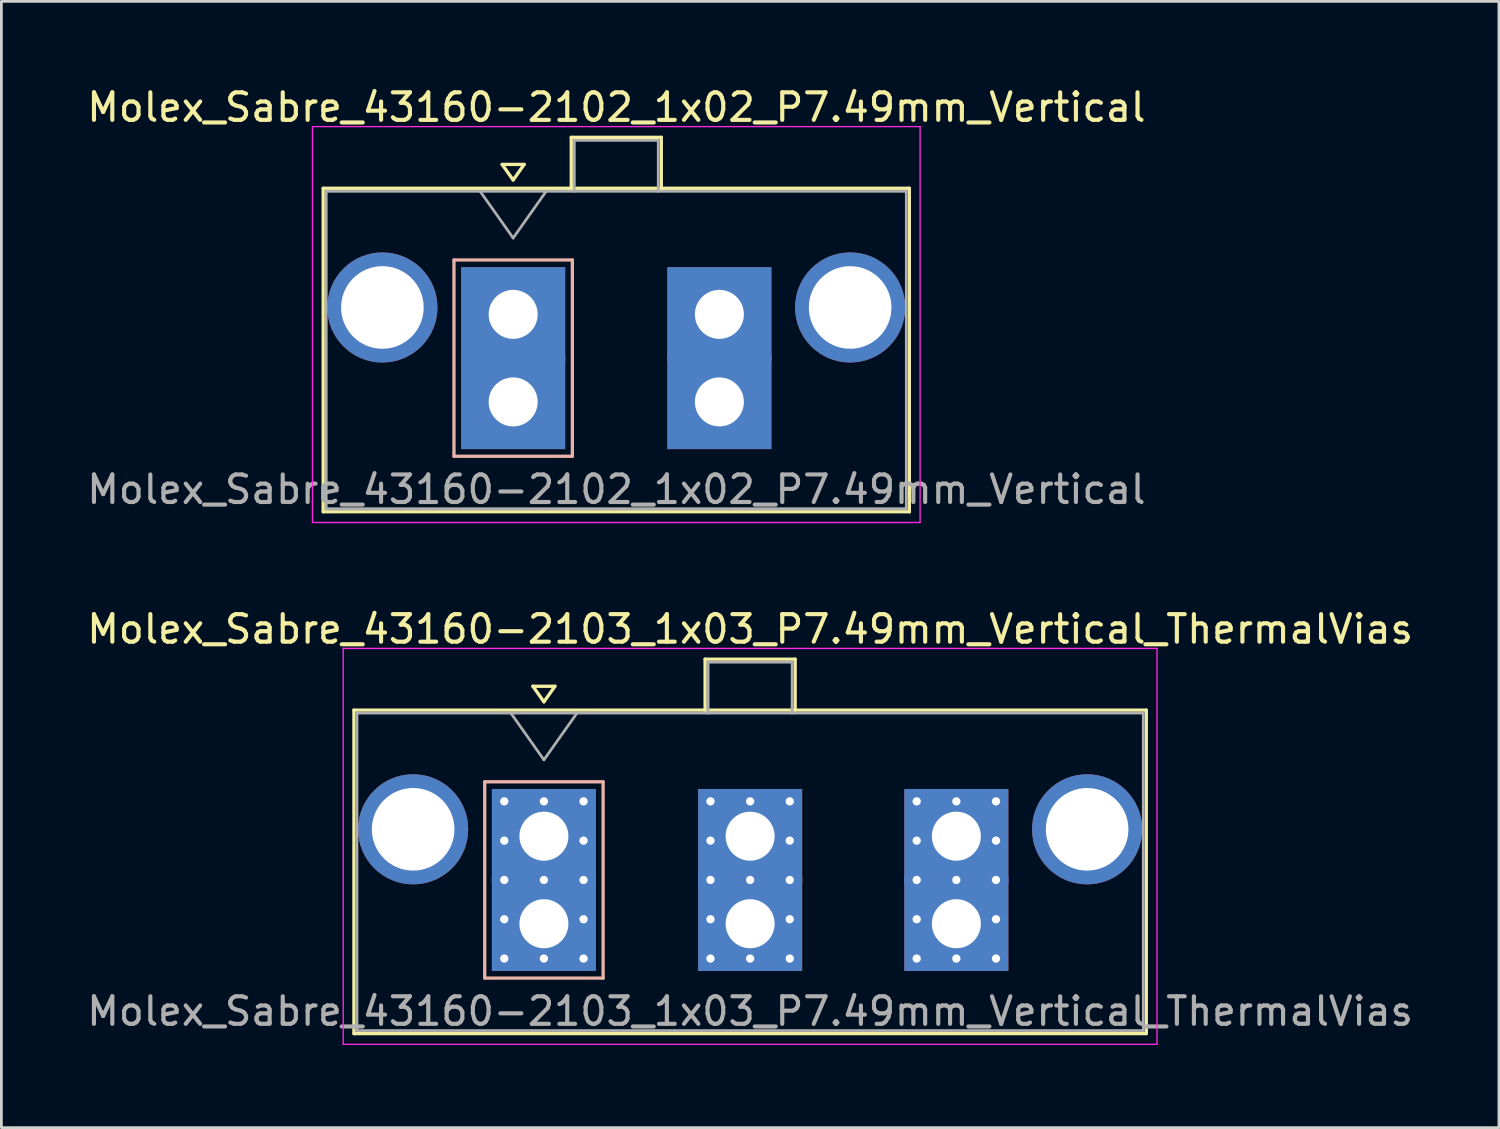
<source format=kicad_pcb>
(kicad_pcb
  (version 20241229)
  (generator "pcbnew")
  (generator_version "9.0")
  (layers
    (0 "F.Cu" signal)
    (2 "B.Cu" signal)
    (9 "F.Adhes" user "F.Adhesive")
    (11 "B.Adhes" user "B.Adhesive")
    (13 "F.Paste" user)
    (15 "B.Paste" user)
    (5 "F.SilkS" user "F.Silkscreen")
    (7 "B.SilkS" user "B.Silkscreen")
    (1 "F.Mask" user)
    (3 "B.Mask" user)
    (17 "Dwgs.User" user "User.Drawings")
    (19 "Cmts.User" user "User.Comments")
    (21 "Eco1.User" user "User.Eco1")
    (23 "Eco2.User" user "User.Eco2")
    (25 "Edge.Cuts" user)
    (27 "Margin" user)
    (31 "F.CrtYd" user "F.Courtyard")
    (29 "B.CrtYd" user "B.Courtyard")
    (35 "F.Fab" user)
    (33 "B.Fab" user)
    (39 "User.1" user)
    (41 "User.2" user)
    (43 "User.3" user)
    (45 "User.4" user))
  (footprint "Molex_Sabre_43160-2103_1x03_P7.49mm_Vertical_ThermalVias"
    (layer "F.Cu")
    (at 16.706 30.502)
    (property "Reference" "Molex_Sabre_43160-2103_1x03_P7.49mm_Vertical_ThermalVias" (at 7.49 -10.7 0) (layer "F.SilkS") (effects (font (size 1 1) (thickness 0.15))))
    (attr through_hole)
    (fp_line (start -6.9 -7.76) (end -6.9 3.99) (stroke (width 0.12) (type solid)) (layer "F.SilkS"))
    (fp_line (start -6.9 3.99) (end 21.88 3.99) (stroke (width 0.12) (type solid)) (layer "F.SilkS"))
    (fp_line (start -0.4 -8.626) (end 0 -8.06) (stroke (width 0.12) (type solid)) (layer "F.SilkS"))
    (fp_line (start 0 -8.06) (end 0.4 -8.626) (stroke (width 0.12) (type solid)) (layer "F.SilkS"))
    (fp_line (start 0.4 -8.626) (end -0.4 -8.626) (stroke (width 0.12) (type solid)) (layer "F.SilkS"))
    (fp_line (start 5.855 -9.61) (end 9.125 -9.61) (stroke (width 0.12) (type solid)) (layer "F.SilkS"))
    (fp_line (start 5.855 -7.76) (end 5.855 -9.61) (stroke (width 0.12) (type solid)) (layer "F.SilkS"))
    (fp_line (start 9.125 -9.61) (end 9.125 -7.76) (stroke (width 0.12) (type solid)) (layer "F.SilkS"))
    (fp_line (start 21.88 -7.76) (end -6.9 -7.76) (stroke (width 0.12) (type solid)) (layer "F.SilkS"))
    (fp_line (start 21.88 3.99) (end 21.88 -7.76) (stroke (width 0.12) (type solid)) (layer "F.SilkS"))
    (fp_line (start -2.15 -5.155) (end -2.15 1.975) (stroke (width 0.12) (type solid)) (layer "B.SilkS"))
    (fp_line (start -2.15 1.975) (end 2.15 1.975) (stroke (width 0.12) (type solid)) (layer "B.SilkS"))
    (fp_line (start 2.15 -5.155) (end -2.15 -5.155) (stroke (width 0.12) (type solid)) (layer "B.SilkS"))
    (fp_line (start 2.15 1.975) (end 2.15 -5.155) (stroke (width 0.12) (type solid)) (layer "B.SilkS"))
    (fp_line (start -7.29 -10) (end -7.29 4.38) (stroke (width 0.05) (type solid)) (layer "F.CrtYd"))
    (fp_line (start -7.29 4.38) (end 22.27 4.38) (stroke (width 0.05) (type solid)) (layer "F.CrtYd"))
    (fp_line (start 22.27 -10) (end -7.29 -10) (stroke (width 0.05) (type solid)) (layer "F.CrtYd"))
    (fp_line (start 22.27 4.38) (end 22.27 -10) (stroke (width 0.05) (type solid)) (layer "F.CrtYd"))
    (fp_line (start -6.79 -7.65) (end -6.79 3.88) (stroke (width 0.1) (type solid)) (layer "F.Fab"))
    (fp_line (start -6.79 3.88) (end 21.77 3.88) (stroke (width 0.1) (type solid)) (layer "F.Fab"))
    (fp_line (start -1.2 -7.65) (end 0 -5.953) (stroke (width 0.1) (type solid)) (layer "F.Fab"))
    (fp_line (start 0 -5.953) (end 1.2 -7.65) (stroke (width 0.1) (type solid)) (layer "F.Fab"))
    (fp_line (start 5.965 -9.5) (end 9.015 -9.5) (stroke (width 0.1) (type solid)) (layer "F.Fab"))
    (fp_line (start 5.965 -7.65) (end 5.965 -9.5) (stroke (width 0.1) (type solid)) (layer "F.Fab"))
    (fp_line (start 9.015 -9.5) (end 9.015 -7.65) (stroke (width 0.1) (type solid)) (layer "F.Fab"))
    (fp_line (start 21.77 -7.65) (end -6.79 -7.65) (stroke (width 0.1) (type solid)) (layer "F.Fab"))
    (fp_line (start 21.77 3.88) (end 21.77 -7.65) (stroke (width 0.1) (type solid)) (layer "F.Fab"))
    (fp_text user "${REFERENCE}" (at 7.49 3.18 0) (layer "F.Fab") (effects (font (size 1 1) (thickness 0.15))))
    (pad "" thru_hole circle (at -4.75 -3.43) (size 4 4) (drill 3) (layers "*.Cu" "*.Mask"))
    (pad "" thru_hole circle (at 19.73 -3.43) (size 4 4) (drill 3) (layers "*.Cu" "*.Mask"))
    (pad "1" thru_hole rect (at -1.44 -4.445) (size 0.6 0.6) (drill 0.3) (layers "*.Cu" "*.Mask"))
    (pad "1" thru_hole rect (at -1.44 -3.018) (size 0.6 0.6) (drill 0.3) (layers "*.Cu" "*.Mask"))
    (pad "1" thru_hole rect (at -1.44 -1.59) (size 0.6 0.6) (drill 0.3) (layers "*.Cu" "*.Mask"))
    (pad "1" thru_hole rect (at -1.44 -0.163) (size 0.6 0.6) (drill 0.3) (layers "*.Cu" "*.Mask"))
    (pad "1" thru_hole rect (at -1.44 1.265) (size 0.6 0.6) (drill 0.3) (layers "*.Cu" "*.Mask"))
    (pad "1" thru_hole rect (at 0 -4.445) (size 0.6 0.6) (drill 0.3) (layers "*.Cu" "*.Mask"))
    (pad "1" thru_hole rect (at 0 -3.18) (size 3.78 3.43) (drill 1.78) (layers "*.Cu" "*.Mask"))
    (pad "1" thru_hole rect (at 0 -1.59) (size 0.6 0.6) (drill 0.3) (layers "*.Cu" "*.Mask"))
    (pad "1" thru_hole rect (at 0 0) (size 3.78 3.43) (drill 1.78) (layers "*.Cu" "*.Mask"))
    (pad "1" thru_hole rect (at 0 1.265) (size 0.6 0.6) (drill 0.3) (layers "*.Cu" "*.Mask"))
    (pad "1" thru_hole rect (at 1.44 -4.445) (size 0.6 0.6) (drill 0.3) (layers "*.Cu" "*.Mask"))
    (pad "1" thru_hole rect (at 1.44 -3.018) (size 0.6 0.6) (drill 0.3) (layers "*.Cu" "*.Mask"))
    (pad "1" thru_hole rect (at 1.44 -1.59) (size 0.6 0.6) (drill 0.3) (layers "*.Cu" "*.Mask"))
    (pad "1" thru_hole rect (at 1.44 -0.163) (size 0.6 0.6) (drill 0.3) (layers "*.Cu" "*.Mask"))
    (pad "1" thru_hole rect (at 1.44 1.265) (size 0.6 0.6) (drill 0.3) (layers "*.Cu" "*.Mask"))
    (pad "2" thru_hole circle (at 6.05 -4.445) (size 0.6 0.6) (drill 0.3) (layers "*.Cu" "*.Mask"))
    (pad "2" thru_hole circle (at 6.05 -3.018) (size 0.6 0.6) (drill 0.3) (layers "*.Cu" "*.Mask"))
    (pad "2" thru_hole circle (at 6.05 -1.59) (size 0.6 0.6) (drill 0.3) (layers "*.Cu" "*.Mask"))
    (pad "2" thru_hole circle (at 6.05 -0.163) (size 0.6 0.6) (drill 0.3) (layers "*.Cu" "*.Mask"))
    (pad "2" thru_hole circle (at 6.05 1.265) (size 0.6 0.6) (drill 0.3) (layers "*.Cu" "*.Mask"))
    (pad "2" thru_hole circle (at 7.49 -4.445) (size 0.6 0.6) (drill 0.3) (layers "*.Cu" "*.Mask"))
    (pad "2" thru_hole rect (at 7.49 -3.18) (size 3.78 3.43) (drill 1.78) (layers "*.Cu" "*.Mask"))
    (pad "2" thru_hole circle (at 7.49 -1.59) (size 0.6 0.6) (drill 0.3) (layers "*.Cu" "*.Mask"))
    (pad "2" thru_hole rect (at 7.49 0) (size 3.78 3.43) (drill 1.78) (layers "*.Cu" "*.Mask"))
    (pad "2" thru_hole circle (at 7.49 1.265) (size 0.6 0.6) (drill 0.3) (layers "*.Cu" "*.Mask"))
    (pad "2" thru_hole circle (at 8.93 -4.445) (size 0.6 0.6) (drill 0.3) (layers "*.Cu" "*.Mask"))
    (pad "2" thru_hole circle (at 8.93 -3.018) (size 0.6 0.6) (drill 0.3) (layers "*.Cu" "*.Mask"))
    (pad "2" thru_hole circle (at 8.93 -1.59) (size 0.6 0.6) (drill 0.3) (layers "*.Cu" "*.Mask"))
    (pad "2" thru_hole circle (at 8.93 -0.163) (size 0.6 0.6) (drill 0.3) (layers "*.Cu" "*.Mask"))
    (pad "2" thru_hole circle (at 8.93 1.265) (size 0.6 0.6) (drill 0.3) (layers "*.Cu" "*.Mask"))
    (pad "3" thru_hole circle (at 13.54 -4.445) (size 0.6 0.6) (drill 0.3) (layers "*.Cu" "*.Mask"))
    (pad "3" thru_hole circle (at 13.54 -3.018) (size 0.6 0.6) (drill 0.3) (layers "*.Cu" "*.Mask"))
    (pad "3" thru_hole circle (at 13.54 -1.59) (size 0.6 0.6) (drill 0.3) (layers "*.Cu" "*.Mask"))
    (pad "3" thru_hole circle (at 13.54 -0.163) (size 0.6 0.6) (drill 0.3) (layers "*.Cu" "*.Mask"))
    (pad "3" thru_hole circle (at 13.54 1.265) (size 0.6 0.6) (drill 0.3) (layers "*.Cu" "*.Mask"))
    (pad "3" thru_hole circle (at 14.98 -4.445) (size 0.6 0.6) (drill 0.3) (layers "*.Cu" "*.Mask"))
    (pad "3" thru_hole rect (at 14.98 -3.18) (size 3.78 3.43) (drill 1.78) (layers "*.Cu" "*.Mask"))
    (pad "3" thru_hole circle (at 14.98 -1.59) (size 0.6 0.6) (drill 0.3) (layers "*.Cu" "*.Mask"))
    (pad "3" thru_hole rect (at 14.98 0) (size 3.78 3.43) (drill 1.78) (layers "*.Cu" "*.Mask"))
    (pad "3" thru_hole circle (at 14.98 1.265) (size 0.6 0.6) (drill 0.3) (layers "*.Cu" "*.Mask"))
    (pad "3" thru_hole circle (at 16.42 -4.445) (size 0.6 0.6) (drill 0.3) (layers "*.Cu" "*.Mask"))
    (pad "3" thru_hole circle (at 16.42 -3.018) (size 0.6 0.6) (drill 0.3) (layers "*.Cu" "*.Mask"))
    (pad "3" thru_hole circle (at 16.42 -1.59) (size 0.6 0.6) (drill 0.3) (layers "*.Cu" "*.Mask"))
    (pad "3" thru_hole circle (at 16.42 -0.163) (size 0.6 0.6) (drill 0.3) (layers "*.Cu" "*.Mask"))
    (pad "3" thru_hole circle (at 16.42 1.265) (size 0.6 0.6) (drill 0.3) (layers "*.Cu" "*.Mask")))
  (footprint "Molex_Sabre_43160-2102_1x02_P7.49mm_Vertical"
    (layer "F.Cu")
    (at 15.589 11.548)
    (property "Reference" "Molex_Sabre_43160-2102_1x02_P7.49mm_Vertical" (at 3.75 -10.7 0) (layer "F.SilkS") (effects (font (size 1 1) (thickness 0.15))))
    (attr through_hole)
    (fp_line (start -6.9 -7.76) (end -6.9 3.99) (stroke (width 0.12) (type solid)) (layer "F.SilkS"))
    (fp_line (start -6.9 3.99) (end 14.39 3.99) (stroke (width 0.12) (type solid)) (layer "F.SilkS"))
    (fp_line (start -0.4 -8.626) (end 0 -8.06) (stroke (width 0.12) (type solid)) (layer "F.SilkS"))
    (fp_line (start 0 -8.06) (end 0.4 -8.626) (stroke (width 0.12) (type solid)) (layer "F.SilkS"))
    (fp_line (start 0.4 -8.626) (end -0.4 -8.626) (stroke (width 0.12) (type solid)) (layer "F.SilkS"))
    (fp_line (start 2.11 -9.61) (end 5.38 -9.61) (stroke (width 0.12) (type solid)) (layer "F.SilkS"))
    (fp_line (start 2.11 -7.76) (end 2.11 -9.61) (stroke (width 0.12) (type solid)) (layer "F.SilkS"))
    (fp_line (start 5.38 -9.61) (end 5.38 -7.76) (stroke (width 0.12) (type solid)) (layer "F.SilkS"))
    (fp_line (start 14.39 -7.76) (end -6.9 -7.76) (stroke (width 0.12) (type solid)) (layer "F.SilkS"))
    (fp_line (start 14.39 3.99) (end 14.39 -7.76) (stroke (width 0.12) (type solid)) (layer "F.SilkS"))
    (fp_line (start -2.15 -5.155) (end -2.15 1.975) (stroke (width 0.12) (type solid)) (layer "B.SilkS"))
    (fp_line (start -2.15 1.975) (end 2.15 1.975) (stroke (width 0.12) (type solid)) (layer "B.SilkS"))
    (fp_line (start 2.15 -5.155) (end -2.15 -5.155) (stroke (width 0.12) (type solid)) (layer "B.SilkS"))
    (fp_line (start 2.15 1.975) (end 2.15 -5.155) (stroke (width 0.12) (type solid)) (layer "B.SilkS"))
    (fp_line (start -7.29 -10) (end -7.29 4.38) (stroke (width 0.05) (type solid)) (layer "F.CrtYd"))
    (fp_line (start -7.29 4.38) (end 14.78 4.38) (stroke (width 0.05) (type solid)) (layer "F.CrtYd"))
    (fp_line (start 14.78 -10) (end -7.29 -10) (stroke (width 0.05) (type solid)) (layer "F.CrtYd"))
    (fp_line (start 14.78 4.38) (end 14.78 -10) (stroke (width 0.05) (type solid)) (layer "F.CrtYd"))
    (fp_line (start -6.79 -7.65) (end -6.79 3.88) (stroke (width 0.1) (type solid)) (layer "F.Fab"))
    (fp_line (start -6.79 3.88) (end 14.28 3.88) (stroke (width 0.1) (type solid)) (layer "F.Fab"))
    (fp_line (start -1.2 -7.65) (end 0 -5.953) (stroke (width 0.1) (type solid)) (layer "F.Fab"))
    (fp_line (start 0 -5.953) (end 1.2 -7.65) (stroke (width 0.1) (type solid)) (layer "F.Fab"))
    (fp_line (start 2.22 -9.5) (end 5.27 -9.5) (stroke (width 0.1) (type solid)) (layer "F.Fab"))
    (fp_line (start 2.22 -7.65) (end 2.22 -9.5) (stroke (width 0.1) (type solid)) (layer "F.Fab"))
    (fp_line (start 5.27 -9.5) (end 5.27 -7.65) (stroke (width 0.1) (type solid)) (layer "F.Fab"))
    (fp_line (start 14.28 -7.65) (end -6.79 -7.65) (stroke (width 0.1) (type solid)) (layer "F.Fab"))
    (fp_line (start 14.28 3.88) (end 14.28 -7.65) (stroke (width 0.1) (type solid)) (layer "F.Fab"))
    (fp_text user "${REFERENCE}" (at 3.75 3.18 0) (layer "F.Fab") (effects (font (size 1 1) (thickness 0.15))))
    (pad "" thru_hole circle (at -4.75 -3.43) (size 4 4) (drill 3) (layers "*.Cu" "*.Mask"))
    (pad "" thru_hole circle (at 12.24 -3.43) (size 4 4) (drill 3) (layers "*.Cu" "*.Mask"))
    (pad "1" thru_hole rect (at 0 -3.18) (size 3.78 3.43) (drill 1.78) (layers "*.Cu" "*.Mask"))
    (pad "1" thru_hole rect (at 0 0) (size 3.78 3.43) (drill 1.78) (layers "*.Cu" "*.Mask"))
    (pad "2" thru_hole rect (at 7.49 -3.18) (size 3.78 3.43) (drill 1.78) (layers "*.Cu" "*.Mask"))
    (pad "2" thru_hole rect (at 7.49 0) (size 3.78 3.43) (drill 1.78) (layers "*.Cu" "*.Mask")))
  (gr_rect
    (start -3 -3)
    (end 51.393 37.907)
    (stroke (width 0.1) (type default))
    (fill no)
    (layer "Edge.Cuts")))
</source>
